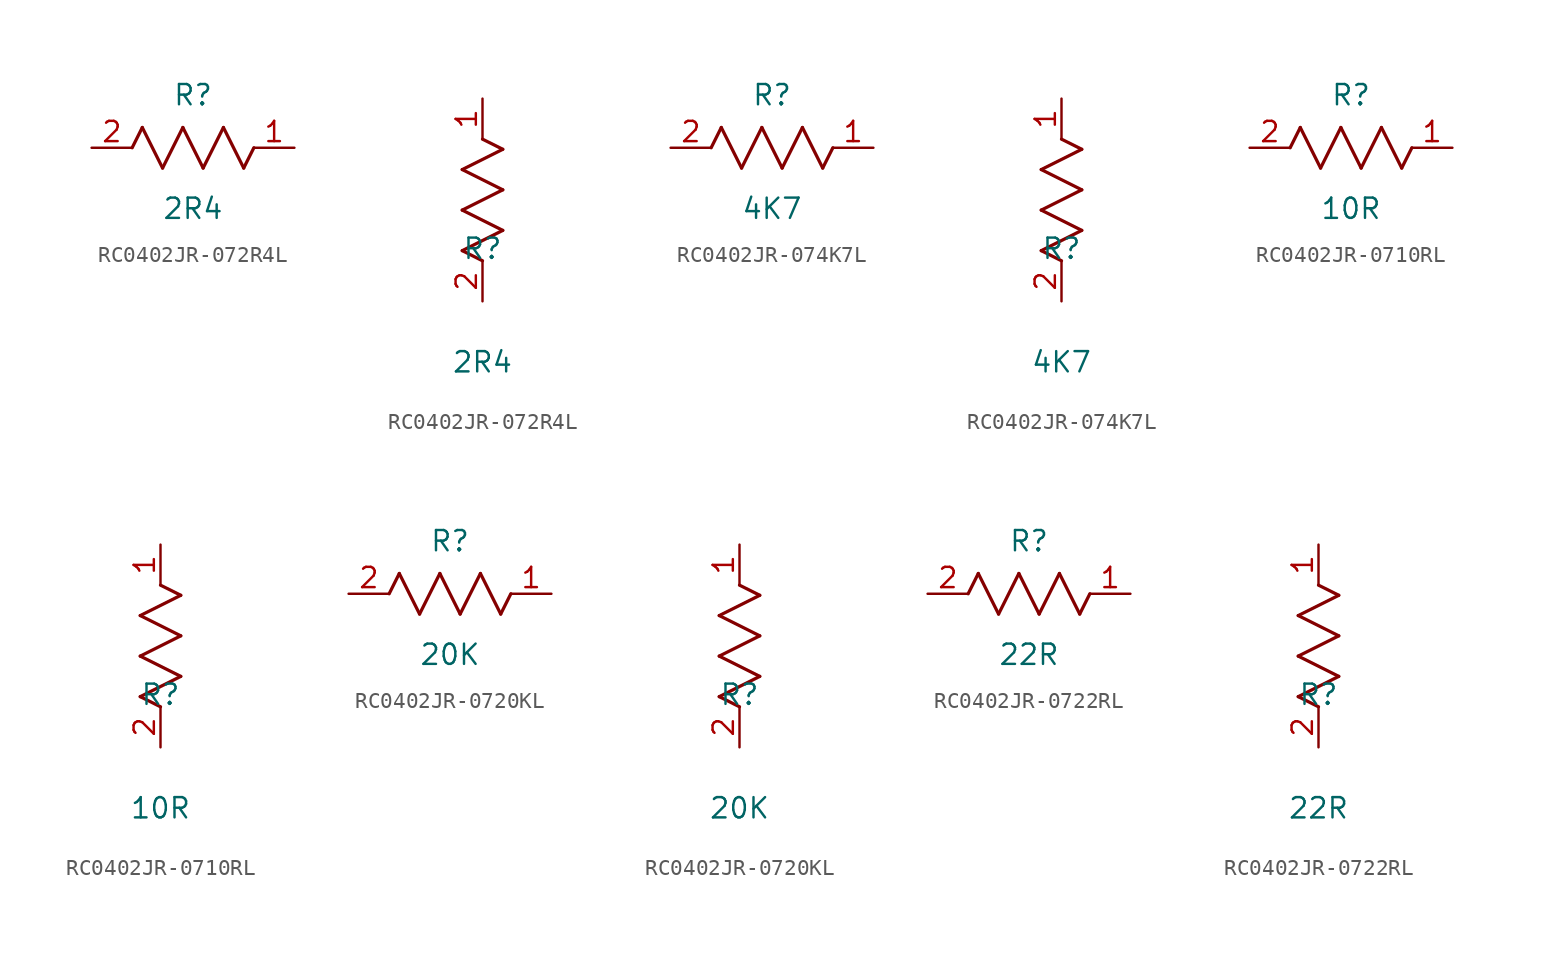
<source format=kicad_sym>
(kicad_symbol_lib
  (version 20241209)
  (generator "kicad_symbol_editor")
  (generator_version "9.0")
  (symbol "RC0402JR-072R4L"
    (pin_names
      (offset 0.254))
    (property "Reference" "R"
      (at 0 3.302 0)
      (effects (font (size 1.27 1.27))))
    (property "Value" "2R4"
      (at 0 -3.81 0)
      (effects (font (size 1.27 1.27))))
    (symbol "RC0402JR-072R4L_1_1"
      (polyline (pts (xy -3.81 0) (xy -3.175 1.27)) (stroke (width 0.203) (type default)) (fill (type none)))
      (polyline (pts (xy -3.175 1.27) (xy -1.905 -1.27)) (stroke (width 0.203) (type default)) (fill (type none)))
      (polyline (pts (xy -1.905 -1.27) (xy -0.635 1.27)) (stroke (width 0.203) (type default)) (fill (type none)))
      (polyline (pts (xy -0.635 1.27) (xy 0.635 -1.27)) (stroke (width 0.203) (type default)) (fill (type none)))
      (polyline (pts (xy 0.635 -1.27) (xy 1.905 1.27)) (stroke (width 0.203) (type default)) (fill (type none)))
      (polyline (pts (xy 1.905 1.27) (xy 3.175 -1.27)) (stroke (width 0.203) (type default)) (fill (type none)))
      (polyline (pts (xy 3.175 -1.27) (xy 3.81 0)) (stroke (width 0.203) (type default)) (fill (type none)))
      (pin passive line (at -6.35 0 0) (length 2.54) (name "" (effects (font (size 1.27 1.27)))) (number "2" (effects (font (size 1.27 1.27)))))
      (pin passive line (at 6.35 0 180) (length 2.54) (name "" (effects (font (size 1.27 1.27)))) (number "1" (effects (font (size 1.27 1.27))))))
    (symbol "RC0402JR-072R4L_1_2"
      (polyline (pts (xy -1.27 8.255) (xy 1.27 9.525)) (stroke (width 0.203) (type default)) (fill (type none)))
      (polyline (pts (xy -1.27 5.715) (xy 1.27 6.985)) (stroke (width 0.203) (type default)) (fill (type none)))
      (polyline (pts (xy -1.27 3.175) (xy 1.27 4.445)) (stroke (width 0.203) (type default)) (fill (type none)))
      (polyline (pts (xy 0 2.54) (xy -1.27 3.175)) (stroke (width 0.203) (type default)) (fill (type none)))
      (polyline (pts (xy 1.27 9.525) (xy 0 10.16)) (stroke (width 0.203) (type default)) (fill (type none)))
      (polyline (pts (xy 1.27 6.985) (xy -1.27 8.255)) (stroke (width 0.203) (type default)) (fill (type none)))
      (polyline (pts (xy 1.27 4.445) (xy -1.27 5.715)) (stroke (width 0.203) (type default)) (fill (type none)))
      (pin unspecified line (at 0 12.7 270) (length 2.54) (name "" (effects (font (size 1.27 1.27)))) (number "1" (effects (font (size 1.27 1.27)))))
      (pin unspecified line (at 0 0 90) (length 2.54) (name "" (effects (font (size 1.27 1.27)))) (number "2" (effects (font (size 1.27 1.27)))))))
  (symbol "RC0402JR-074K7L"
    (pin_names
      (offset 0.254))
    (property "Reference" "R"
      (at 0 3.302 0)
      (effects (font (size 1.27 1.27))))
    (property "Value" "4K7"
      (at 0 -3.81 0)
      (effects (font (size 1.27 1.27))))
    (symbol "RC0402JR-074K7L_1_1"
      (polyline (pts (xy -3.81 0) (xy -3.175 1.27)) (stroke (width 0.203) (type default)) (fill (type none)))
      (polyline (pts (xy -3.175 1.27) (xy -1.905 -1.27)) (stroke (width 0.203) (type default)) (fill (type none)))
      (polyline (pts (xy -1.905 -1.27) (xy -0.635 1.27)) (stroke (width 0.203) (type default)) (fill (type none)))
      (polyline (pts (xy -0.635 1.27) (xy 0.635 -1.27)) (stroke (width 0.203) (type default)) (fill (type none)))
      (polyline (pts (xy 0.635 -1.27) (xy 1.905 1.27)) (stroke (width 0.203) (type default)) (fill (type none)))
      (polyline (pts (xy 1.905 1.27) (xy 3.175 -1.27)) (stroke (width 0.203) (type default)) (fill (type none)))
      (polyline (pts (xy 3.175 -1.27) (xy 3.81 0)) (stroke (width 0.203) (type default)) (fill (type none)))
      (pin passive line (at -6.35 0 0) (length 2.54) (name "" (effects (font (size 1.27 1.27)))) (number "2" (effects (font (size 1.27 1.27)))))
      (pin passive line (at 6.35 0 180) (length 2.54) (name "" (effects (font (size 1.27 1.27)))) (number "1" (effects (font (size 1.27 1.27))))))
    (symbol "RC0402JR-074K7L_1_2"
      (polyline (pts (xy -1.27 8.255) (xy 1.27 9.525)) (stroke (width 0.203) (type default)) (fill (type none)))
      (polyline (pts (xy -1.27 5.715) (xy 1.27 6.985)) (stroke (width 0.203) (type default)) (fill (type none)))
      (polyline (pts (xy -1.27 3.175) (xy 1.27 4.445)) (stroke (width 0.203) (type default)) (fill (type none)))
      (polyline (pts (xy 0 2.54) (xy -1.27 3.175)) (stroke (width 0.203) (type default)) (fill (type none)))
      (polyline (pts (xy 1.27 9.525) (xy 0 10.16)) (stroke (width 0.203) (type default)) (fill (type none)))
      (polyline (pts (xy 1.27 6.985) (xy -1.27 8.255)) (stroke (width 0.203) (type default)) (fill (type none)))
      (polyline (pts (xy 1.27 4.445) (xy -1.27 5.715)) (stroke (width 0.203) (type default)) (fill (type none)))
      (pin unspecified line (at 0 12.7 270) (length 2.54) (name "" (effects (font (size 1.27 1.27)))) (number "1" (effects (font (size 1.27 1.27)))))
      (pin unspecified line (at 0 0 90) (length 2.54) (name "" (effects (font (size 1.27 1.27)))) (number "2" (effects (font (size 1.27 1.27)))))))
  (symbol "RC0402JR-0710RL"
    (pin_names
      (offset 0.254))
    (property "Reference" "R"
      (at 0 3.302 0)
      (effects (font (size 1.27 1.27))))
    (property "Value" "10R"
      (at 0 -3.81 0)
      (effects (font (size 1.27 1.27))))
    (symbol "RC0402JR-0710RL_1_1"
      (polyline (pts (xy -3.81 0) (xy -3.175 1.27)) (stroke (width 0.203) (type default)) (fill (type none)))
      (polyline (pts (xy -3.175 1.27) (xy -1.905 -1.27)) (stroke (width 0.203) (type default)) (fill (type none)))
      (polyline (pts (xy -1.905 -1.27) (xy -0.635 1.27)) (stroke (width 0.203) (type default)) (fill (type none)))
      (polyline (pts (xy -0.635 1.27) (xy 0.635 -1.27)) (stroke (width 0.203) (type default)) (fill (type none)))
      (polyline (pts (xy 0.635 -1.27) (xy 1.905 1.27)) (stroke (width 0.203) (type default)) (fill (type none)))
      (polyline (pts (xy 1.905 1.27) (xy 3.175 -1.27)) (stroke (width 0.203) (type default)) (fill (type none)))
      (polyline (pts (xy 3.175 -1.27) (xy 3.81 0)) (stroke (width 0.203) (type default)) (fill (type none)))
      (pin passive line (at -6.35 0 0) (length 2.54) (name "" (effects (font (size 1.27 1.27)))) (number "2" (effects (font (size 1.27 1.27)))))
      (pin passive line (at 6.35 0 180) (length 2.54) (name "" (effects (font (size 1.27 1.27)))) (number "1" (effects (font (size 1.27 1.27))))))
    (symbol "RC0402JR-0710RL_1_2"
      (polyline (pts (xy -1.27 8.255) (xy 1.27 9.525)) (stroke (width 0.203) (type default)) (fill (type none)))
      (polyline (pts (xy -1.27 5.715) (xy 1.27 6.985)) (stroke (width 0.203) (type default)) (fill (type none)))
      (polyline (pts (xy -1.27 3.175) (xy 1.27 4.445)) (stroke (width 0.203) (type default)) (fill (type none)))
      (polyline (pts (xy 0 2.54) (xy -1.27 3.175)) (stroke (width 0.203) (type default)) (fill (type none)))
      (polyline (pts (xy 1.27 9.525) (xy 0 10.16)) (stroke (width 0.203) (type default)) (fill (type none)))
      (polyline (pts (xy 1.27 6.985) (xy -1.27 8.255)) (stroke (width 0.203) (type default)) (fill (type none)))
      (polyline (pts (xy 1.27 4.445) (xy -1.27 5.715)) (stroke (width 0.203) (type default)) (fill (type none)))
      (pin unspecified line (at 0 12.7 270) (length 2.54) (name "" (effects (font (size 1.27 1.27)))) (number "1" (effects (font (size 1.27 1.27)))))
      (pin unspecified line (at 0 0 90) (length 2.54) (name "" (effects (font (size 1.27 1.27)))) (number "2" (effects (font (size 1.27 1.27)))))))
  (symbol "RC0402JR-0720KL"
    (pin_names
      (offset 0.254))
    (property "Reference" "R"
      (at 0 3.302 0)
      (effects (font (size 1.27 1.27))))
    (property "Value" "20K"
      (at 0 -3.81 0)
      (effects (font (size 1.27 1.27))))
    (symbol "RC0402JR-0720KL_1_1"
      (polyline (pts (xy -3.81 0) (xy -3.175 1.27)) (stroke (width 0.203) (type default)) (fill (type none)))
      (polyline (pts (xy -3.175 1.27) (xy -1.905 -1.27)) (stroke (width 0.203) (type default)) (fill (type none)))
      (polyline (pts (xy -1.905 -1.27) (xy -0.635 1.27)) (stroke (width 0.203) (type default)) (fill (type none)))
      (polyline (pts (xy -0.635 1.27) (xy 0.635 -1.27)) (stroke (width 0.203) (type default)) (fill (type none)))
      (polyline (pts (xy 0.635 -1.27) (xy 1.905 1.27)) (stroke (width 0.203) (type default)) (fill (type none)))
      (polyline (pts (xy 1.905 1.27) (xy 3.175 -1.27)) (stroke (width 0.203) (type default)) (fill (type none)))
      (polyline (pts (xy 3.175 -1.27) (xy 3.81 0)) (stroke (width 0.203) (type default)) (fill (type none)))
      (pin passive line (at -6.35 0 0) (length 2.54) (name "" (effects (font (size 1.27 1.27)))) (number "2" (effects (font (size 1.27 1.27)))))
      (pin passive line (at 6.35 0 180) (length 2.54) (name "" (effects (font (size 1.27 1.27)))) (number "1" (effects (font (size 1.27 1.27))))))
    (symbol "RC0402JR-0720KL_1_2"
      (polyline (pts (xy -1.27 8.255) (xy 1.27 9.525)) (stroke (width 0.203) (type default)) (fill (type none)))
      (polyline (pts (xy -1.27 5.715) (xy 1.27 6.985)) (stroke (width 0.203) (type default)) (fill (type none)))
      (polyline (pts (xy -1.27 3.175) (xy 1.27 4.445)) (stroke (width 0.203) (type default)) (fill (type none)))
      (polyline (pts (xy 0 2.54) (xy -1.27 3.175)) (stroke (width 0.203) (type default)) (fill (type none)))
      (polyline (pts (xy 1.27 9.525) (xy 0 10.16)) (stroke (width 0.203) (type default)) (fill (type none)))
      (polyline (pts (xy 1.27 6.985) (xy -1.27 8.255)) (stroke (width 0.203) (type default)) (fill (type none)))
      (polyline (pts (xy 1.27 4.445) (xy -1.27 5.715)) (stroke (width 0.203) (type default)) (fill (type none)))
      (pin unspecified line (at 0 12.7 270) (length 2.54) (name "" (effects (font (size 1.27 1.27)))) (number "1" (effects (font (size 1.27 1.27)))))
      (pin unspecified line (at 0 0 90) (length 2.54) (name "" (effects (font (size 1.27 1.27)))) (number "2" (effects (font (size 1.27 1.27)))))))
  (symbol "RC0402JR-0722RL"
    (pin_names
      (offset 0.254))
    (property "Reference" "R"
      (at 0 3.302 0)
      (effects (font (size 1.27 1.27))))
    (property "Value" "22R"
      (at 0 -3.81 0)
      (effects (font (size 1.27 1.27))))
    (symbol "RC0402JR-0722RL_1_1"
      (polyline (pts (xy -3.81 0) (xy -3.175 1.27)) (stroke (width 0.203) (type default)) (fill (type none)))
      (polyline (pts (xy -3.175 1.27) (xy -1.905 -1.27)) (stroke (width 0.203) (type default)) (fill (type none)))
      (polyline (pts (xy -1.905 -1.27) (xy -0.635 1.27)) (stroke (width 0.203) (type default)) (fill (type none)))
      (polyline (pts (xy -0.635 1.27) (xy 0.635 -1.27)) (stroke (width 0.203) (type default)) (fill (type none)))
      (polyline (pts (xy 0.635 -1.27) (xy 1.905 1.27)) (stroke (width 0.203) (type default)) (fill (type none)))
      (polyline (pts (xy 1.905 1.27) (xy 3.175 -1.27)) (stroke (width 0.203) (type default)) (fill (type none)))
      (polyline (pts (xy 3.175 -1.27) (xy 3.81 0)) (stroke (width 0.203) (type default)) (fill (type none)))
      (pin passive line (at -6.35 0 0) (length 2.54) (name "" (effects (font (size 1.27 1.27)))) (number "2" (effects (font (size 1.27 1.27)))))
      (pin passive line (at 6.35 0 180) (length 2.54) (name "" (effects (font (size 1.27 1.27)))) (number "1" (effects (font (size 1.27 1.27))))))
    (symbol "RC0402JR-0722RL_1_2"
      (polyline (pts (xy -1.27 8.255) (xy 1.27 9.525)) (stroke (width 0.203) (type default)) (fill (type none)))
      (polyline (pts (xy -1.27 5.715) (xy 1.27 6.985)) (stroke (width 0.203) (type default)) (fill (type none)))
      (polyline (pts (xy -1.27 3.175) (xy 1.27 4.445)) (stroke (width 0.203) (type default)) (fill (type none)))
      (polyline (pts (xy 0 2.54) (xy -1.27 3.175)) (stroke (width 0.203) (type default)) (fill (type none)))
      (polyline (pts (xy 1.27 9.525) (xy 0 10.16)) (stroke (width 0.203) (type default)) (fill (type none)))
      (polyline (pts (xy 1.27 6.985) (xy -1.27 8.255)) (stroke (width 0.203) (type default)) (fill (type none)))
      (polyline (pts (xy 1.27 4.445) (xy -1.27 5.715)) (stroke (width 0.203) (type default)) (fill (type none)))
      (pin unspecified line (at 0 12.7 270) (length 2.54) (name "" (effects (font (size 1.27 1.27)))) (number "1" (effects (font (size 1.27 1.27)))))
      (pin unspecified line (at 0 0 90) (length 2.54) (name "" (effects (font (size 1.27 1.27)))) (number "2" (effects (font (size 1.27 1.27))))))))
</source>
